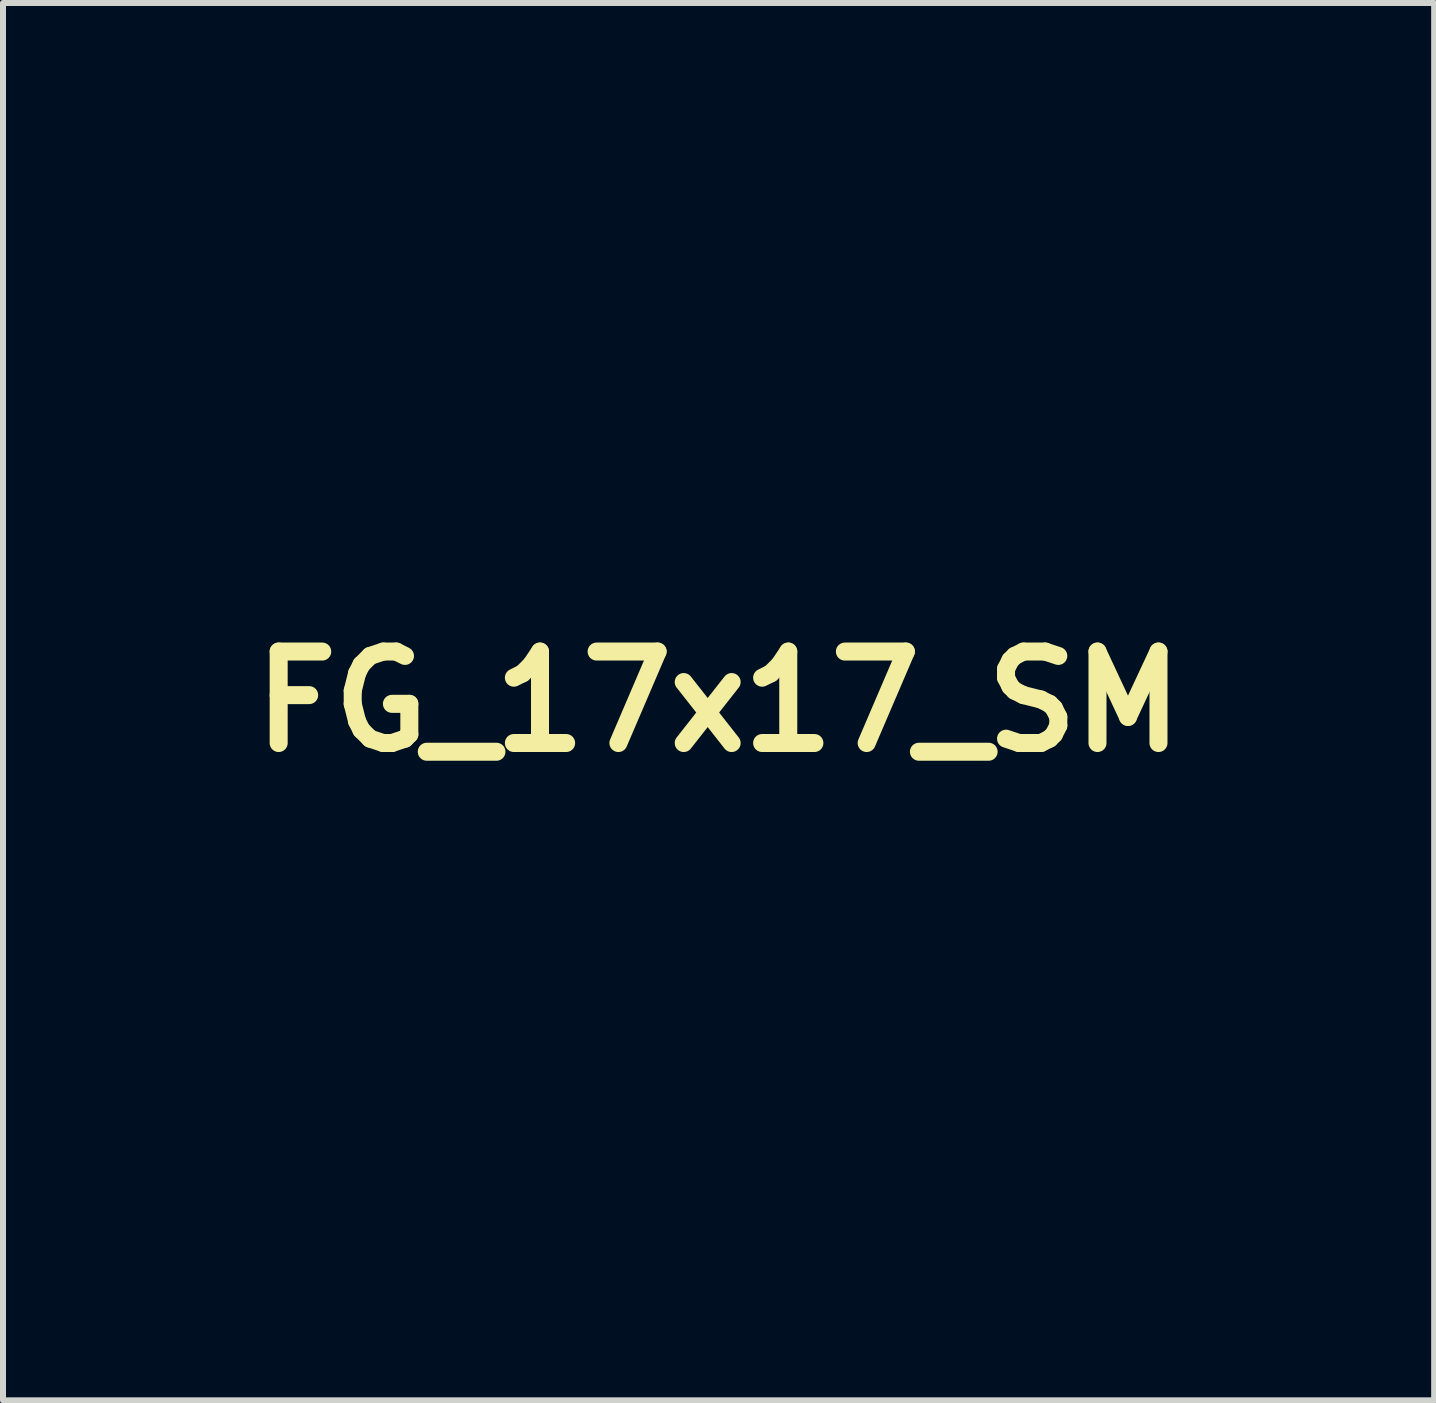
<source format=kicad_pcb>
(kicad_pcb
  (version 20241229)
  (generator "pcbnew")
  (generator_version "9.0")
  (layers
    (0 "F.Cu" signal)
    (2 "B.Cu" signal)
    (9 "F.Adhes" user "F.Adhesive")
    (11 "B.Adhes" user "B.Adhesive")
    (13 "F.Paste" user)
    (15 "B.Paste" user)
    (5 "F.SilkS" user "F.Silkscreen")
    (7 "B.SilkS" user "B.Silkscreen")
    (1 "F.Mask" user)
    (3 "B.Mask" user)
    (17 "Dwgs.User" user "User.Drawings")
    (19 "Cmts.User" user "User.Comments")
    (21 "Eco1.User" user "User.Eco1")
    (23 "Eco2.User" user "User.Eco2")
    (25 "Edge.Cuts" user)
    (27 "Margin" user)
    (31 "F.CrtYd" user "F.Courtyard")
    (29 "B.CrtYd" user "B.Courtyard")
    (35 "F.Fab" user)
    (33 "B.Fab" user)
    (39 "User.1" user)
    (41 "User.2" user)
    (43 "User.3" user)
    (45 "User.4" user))
  (footprint "FG_17x17_SM"
    (layer "F.Cu")
    (at 8.923 8.641)
    (property "Reference" "FG_17x17_SM" (at 0 0 0) (layer "F.SilkS") (effects (font (size 1.524 1.524) (thickness 0.3))))
    (attr through_hole)
    (fp_poly (pts (xy -7.112 -1.834) (xy -7.14 -1.806) (xy -7.168 -1.834) (xy -7.14 -1.863) (xy -7.112 -1.834)) (stroke (width 0.01) (type solid)) (fill yes) (layer "F.Mask"))
    (fp_poly (pts (xy -5.757 -4.544) (xy -5.786 -4.516) (xy -5.814 -4.544) (xy -5.786 -4.572) (xy -5.757 -4.544)) (stroke (width 0.01) (type solid)) (fill yes) (layer "F.Mask"))
    (fp_poly (pts (xy 2.032 7.14) (xy 2.004 7.168) (xy 1.976 7.14) (xy 2.004 7.112) (xy 2.032 7.14)) (stroke (width 0.01) (type solid)) (fill yes) (layer "F.Mask"))
    (fp_poly (pts (xy 6.491 2.173) (xy 6.463 2.201) (xy 6.435 2.173) (xy 6.463 2.145) (xy 6.491 2.173)) (stroke (width 0.01) (type solid)) (fill yes) (layer "F.Mask"))
    (fp_poly (pts (xy -2.442 -2.875) (xy -2.29 -2.84) (xy -2.127 -2.759) (xy -2.111 -2.748) (xy -1.845 -2.562) (xy -1.65 -2.431) (xy -1.505 -2.342) (xy -1.389 -2.282) (xy -1.282 -2.239) (xy -1.259 -2.231) (xy -1.102 -2.151) (xy -0.95 -2.01) (xy -0.809 -1.827) (xy -0.692 -1.657) (xy -0.606 -1.519) (xy -0.569 -1.442) (xy -0.569 -1.439) (xy -0.61 -1.388) (xy -0.725 -1.379) (xy -0.885 -1.407) (xy -1.062 -1.466) (xy -1.227 -1.551) (xy -1.245 -1.563) (xy -1.431 -1.672) (xy -1.617 -1.753) (xy -1.693 -1.775) (xy -1.856 -1.815) (xy -2.07 -1.878) (xy -2.23 -1.93) (xy -2.568 -2.046) (xy -2.984 -1.919) (xy -3.271 -1.806) (xy -3.529 -1.659) (xy -3.741 -1.492) (xy -3.892 -1.32) (xy -3.968 -1.157) (xy -3.952 -1.017) (xy -3.852 -0.921) (xy -3.708 -0.923) (xy -3.516 -1.026) (xy -3.42 -1.099) (xy -3.101 -1.317) (xy -2.787 -1.436) (xy -2.496 -1.468) (xy -2.222 -1.445) (xy -1.951 -1.384) (xy -1.718 -1.295) (xy -1.559 -1.19) (xy -1.547 -1.178) (xy -1.476 -1.092) (xy -1.488 -1.071) (xy -1.58 -1.09) (xy -1.872 -1.159) (xy -2.082 -1.203) (xy -2.237 -1.222) (xy -2.366 -1.219) (xy -2.495 -1.193) (xy -2.652 -1.147) (xy -2.691 -1.135) (xy -2.94 -1.048) (xy -3.13 -0.961) (xy -3.245 -0.884) (xy -3.269 -0.825) (xy -3.264 -0.818) (xy -3.199 -0.819) (xy -3.072 -0.858) (xy -3.03 -0.874) (xy -2.805 -0.931) (xy -2.509 -0.954) (xy -2.18 -0.941) (xy -1.855 -0.893) (xy -1.81 -0.883) (xy -1.6 -0.822) (xy -1.494 -0.764) (xy -1.494 -0.717) (xy -1.6 -0.686) (xy -1.764 -0.677) (xy -1.946 -0.671) (xy -2.05 -0.644) (xy -2.11 -0.584) (xy -2.135 -0.536) (xy -2.21 -0.433) (xy -2.334 -0.401) (xy -2.384 -0.401) (xy -2.551 -0.396) (xy -2.681 -0.377) (xy -2.799 -0.35) (xy -2.848 -0.343) (xy -2.862 -0.309) (xy -2.834 -0.271) (xy -2.77 -0.176) (xy -2.811 -0.124) (xy -2.902 -0.113) (xy -3.096 -0.088) (xy -3.201 -0.017) (xy -3.217 0.041) (xy -3.184 0.1) (xy -3.09 0.091) (xy -2.899 0.046) (xy -2.73 0.019) (xy -2.608 0.013) (xy -2.561 0.029) (xy -2.568 0.042) (xy -2.695 0.119) (xy -2.894 0.189) (xy -3.124 0.242) (xy -3.344 0.267) (xy -3.474 0.262) (xy -3.674 0.256) (xy -3.861 0.281) (xy -3.895 0.291) (xy -4.094 0.323) (xy -4.198 0.296) (xy -4.345 0.271) (xy -4.462 0.315) (xy -4.575 0.371) (xy -4.636 0.393) (xy -4.678 0.348) (xy -4.75 0.228) (xy -4.819 0.094) (xy -4.938 -0.174) (xy -4.994 -0.377) (xy -4.991 -0.541) (xy -4.93 -0.692) (xy -4.914 -0.72) (xy -4.867 -0.774) (xy -2.644 -0.774) (xy -2.63 -0.742) (xy -2.573 -0.682) (xy -2.541 -0.694) (xy -2.54 -0.702) (xy -2.58 -0.75) (xy -2.605 -0.767) (xy -2.644 -0.774) (xy -4.867 -0.774) (xy -4.792 -0.86) (xy -4.656 -0.903) (xy -4.56 -0.914) (xy -4.501 -0.964) (xy -4.464 -1.076) (xy -4.437 -1.277) (xy -4.436 -1.28) (xy -4.369 -1.57) (xy -4.231 -1.831) (xy -4.011 -2.071) (xy -3.699 -2.303) (xy -3.287 -2.536) (xy -3.229 -2.565) (xy -2.972 -2.686) (xy -2.739 -2.785) (xy -2.554 -2.851) (xy -2.443 -2.875) (xy -2.442 -2.875)) (stroke (width 0.01) (type solid)) (fill yes) (layer "F.Mask"))
    (fp_poly (pts (xy 1.809 0.15) (xy 1.906 0.24) (xy 1.909 0.243) (xy 1.989 0.343) (xy 1.991 0.417) (xy 1.949 0.483) (xy 1.882 0.622) (xy 1.864 0.716) (xy 1.912 0.849) (xy 2.027 0.949) (xy 2.168 0.982) (xy 2.197 0.977) (xy 2.275 0.986) (xy 2.327 1.068) (xy 2.357 1.236) (xy 2.369 1.502) (xy 2.37 1.573) (xy 2.371 1.932) (xy 2.066 1.894) (xy 1.848 1.88) (xy 1.735 1.906) (xy 1.721 1.92) (xy 1.701 2.026) (xy 1.709 2.197) (xy 1.739 2.391) (xy 1.784 2.564) (xy 1.838 2.676) (xy 1.843 2.682) (xy 1.937 2.743) (xy 1.989 2.701) (xy 1.999 2.557) (xy 1.991 2.469) (xy 1.96 2.23) (xy 2.114 2.371) (xy 2.243 2.521) (xy 2.342 2.688) (xy 2.343 2.691) (xy 2.408 2.808) (xy 2.504 2.871) (xy 2.67 2.908) (xy 2.676 2.909) (xy 2.865 2.926) (xy 3.029 2.921) (xy 3.07 2.913) (xy 3.307 2.895) (xy 3.506 2.974) (xy 3.681 3.158) (xy 3.725 3.225) (xy 3.817 3.379) (xy 3.878 3.491) (xy 3.895 3.529) (xy 3.845 3.547) (xy 3.723 3.556) (xy 3.697 3.556) (xy 3.549 3.571) (xy 3.506 3.611) (xy 3.571 3.67) (xy 3.627 3.698) (xy 3.725 3.782) (xy 3.769 3.939) (xy 3.771 3.959) (xy 3.813 4.128) (xy 3.891 4.258) (xy 3.898 4.264) (xy 3.98 4.355) (xy 4.008 4.411) (xy 3.967 4.458) (xy 3.85 4.43) (xy 3.664 4.331) (xy 3.556 4.262) (xy 3.37 4.146) (xy 3.216 4.086) (xy 3.058 4.077) (xy 2.861 4.117) (xy 2.65 4.182) (xy 2.423 4.241) (xy 2.133 4.293) (xy 1.829 4.332) (xy 1.723 4.341) (xy 1.432 4.367) (xy 1.22 4.402) (xy 1.056 4.452) (xy 0.907 4.526) (xy 0.903 4.528) (xy 0.554 4.669) (xy 0.167 4.724) (xy -0.215 4.687) (xy -0.224 4.685) (xy -0.382 4.653) (xy -0.511 4.651) (xy -0.654 4.685) (xy -0.852 4.758) (xy -0.873 4.767) (xy -1.072 4.834) (xy -1.298 4.891) (xy -1.526 4.935) (xy -1.73 4.961) (xy -1.886 4.967) (xy -1.967 4.947) (xy -1.974 4.933) (xy -1.946 4.851) (xy -1.891 4.741) (xy -1.823 4.608) (xy -1.824 4.541) (xy -1.899 4.511) (xy -1.933 4.505) (xy -2.032 4.469) (xy -2.035 4.419) (xy -1.954 4.381) (xy -1.877 4.374) (xy -1.722 4.329) (xy -1.697 4.301) (xy -0.141 4.301) (xy 0.31 4.266) (xy 0.572 4.245) (xy 0.832 4.223) (xy 1.036 4.203) (xy 1.044 4.202) (xy 1.239 4.172) (xy 1.469 4.121) (xy 1.709 4.056) (xy 1.937 3.986) (xy 2.127 3.918) (xy 2.255 3.858) (xy 2.297 3.815) (xy 2.297 3.815) (xy 2.235 3.778) (xy 2.093 3.744) (xy 1.943 3.725) (xy 1.442 3.722) (xy 0.952 3.792) (xy 0.499 3.927) (xy 0.114 4.123) (xy 0.066 4.155) (xy -0.141 4.301) (xy -1.697 4.301) (xy -1.624 4.219) (xy -1.528 4.11) (xy -1.398 4.068) (xy -1.313 4.064) (xy -1.138 4.04) (xy -1.034 3.958) (xy -1.026 3.946) (xy -0.943 3.867) (xy -0.877 3.858) (xy -0.786 3.842) (xy -0.702 3.778) (xy -0.588 3.694) (xy -0.499 3.669) (xy -0.41 3.625) (xy -0.393 3.57) (xy -0.356 3.455) (xy -0.271 3.33) (xy -0.172 3.238) (xy -0.115 3.217) (xy -0.054 3.17) (xy 0.017 3.053) (xy 0.033 3.017) (xy 0.133 2.845) (xy 0.253 2.778) (xy 0.41 2.806) (xy 0.434 2.817) (xy 0.562 2.86) (xy 0.611 2.827) (xy 0.592 2.709) (xy 0.58 2.672) (xy 0.503 2.546) (xy 0.357 2.48) (xy 0.335 2.475) (xy 0.18 2.416) (xy 0.07 2.327) (xy 0.066 2.322) (xy -0.026 2.241) (xy -0.123 2.27) (xy -0.227 2.41) (xy -0.279 2.518) (xy -0.367 2.68) (xy -0.441 2.757) (xy -0.49 2.745) (xy -0.501 2.638) (xy -0.495 2.592) (xy -0.486 2.473) (xy -0.525 2.435) (xy -0.612 2.445) (xy -0.751 2.455) (xy -0.831 2.443) (xy -0.926 2.358) (xy -1.01 2.203) (xy -1.063 2.023) (xy -1.072 1.926) (xy -1.061 1.823) (xy -1.008 1.756) (xy -0.887 1.699) (xy -0.793 1.666) (xy -0.54 1.561) (xy -0.35 1.44) (xy -0.243 1.316) (xy -0.226 1.25) (xy -0.257 1.134) (xy -0.317 1.023) (xy -0.39 0.942) (xy -0.482 0.914) (xy -0.636 0.926) (xy -0.656 0.929) (xy -0.903 0.966) (xy -0.903 0.769) (xy -0.871 0.59) (xy -0.778 0.483) (xy -0.651 0.413) (xy -0.543 0.413) (xy -0.425 0.49) (xy -0.292 0.626) (xy -0.148 0.779) (xy -0.025 0.88) (xy 0.115 0.95) (xy 0.31 1.011) (xy 0.429 1.043) (xy 0.774 1.09) (xy 1.068 1.036) (xy 1.31 0.882) (xy 1.502 0.627) (xy 1.6 0.405) (xy 1.665 0.244) (xy 1.72 0.138) (xy 1.746 0.113) (xy 1.809 0.15)) (stroke (width 0.01) (type solid)) (fill yes) (layer "F.Mask"))
    (fp_poly (pts (xy 8.918 8.636) (xy -8.918 8.636) (xy -8.918 2.784) (xy -7.524 2.784) (xy -7.522 2.948) (xy -7.496 3.155) (xy -7.444 3.433) (xy -7.418 3.556) (xy -7.346 3.873) (xy -7.281 4.112) (xy -7.207 4.31) (xy -7.112 4.499) (xy -6.981 4.715) (xy -6.899 4.842) (xy -6.717 5.075) (xy -6.531 5.233) (xy -6.359 5.302) (xy -6.34 5.304) (xy -6.264 5.263) (xy -6.17 5.161) (xy -6.162 5.15) (xy -6.065 5) (xy -6.032 4.889) (xy -6.073 4.8) (xy -6.198 4.714) (xy -6.417 4.613) (xy -6.477 4.587) (xy -6.791 4.437) (xy -6.996 4.298) (xy -7.058 4.23) (xy -7.132 4.067) (xy -7.193 3.809) (xy -7.241 3.478) (xy -7.271 3.091) (xy -7.274 2.949) (xy -7.1 2.949) (xy -7.091 3.2) (xy -7.051 3.547) (xy -6.975 3.814) (xy -6.85 4.03) (xy -6.699 4.193) (xy -6.55 4.304) (xy -6.397 4.338) (xy -6.327 4.335) (xy -6.204 4.319) (xy -6.145 4.279) (xy -6.128 4.18) (xy -6.128 4.054) (xy -6.155 3.873) (xy -6.225 3.628) (xy -6.323 3.353) (xy -6.438 3.082) (xy -6.555 2.849) (xy -6.66 2.688) (xy -6.666 2.681) (xy -6.762 2.541) (xy -6.826 2.408) (xy -6.893 2.286) (xy -6.957 2.265) (xy -7.013 2.332) (xy -7.059 2.477) (xy -7.089 2.686) (xy -7.1 2.949) (xy -7.274 2.949) (xy -7.281 2.695) (xy -7.287 2.489) (xy -7.304 2.335) (xy -7.328 2.261) (xy -7.334 2.258) (xy -7.393 2.28) (xy -7.439 2.361) (xy -7.482 2.522) (xy -7.505 2.635) (xy -7.524 2.784) (xy -8.918 2.784) (xy -8.918 2.082) (xy -6.255 2.082) (xy -6.248 2.252) (xy -6.209 2.46) (xy -6.185 2.542) (xy -6.139 2.736) (xy -6.123 2.913) (xy -6.128 2.973) (xy -6.118 3.161) (xy -6.031 3.423) (xy -6.015 3.459) (xy -5.924 3.687) (xy -5.845 3.922) (xy -5.811 4.052) (xy -5.718 4.365) (xy -5.577 4.721) (xy -5.406 5.082) (xy -5.224 5.404) (xy -5.088 5.602) (xy -4.959 5.76) (xy -4.853 5.876) (xy -4.791 5.926) (xy -4.788 5.927) (xy -4.731 5.881) (xy -4.673 5.783) (xy -4.643 5.681) (xy -4.65 5.561) (xy -4.699 5.388) (xy -4.732 5.294) (xy -4.797 5.103) (xy -4.822 4.986) (xy -4.81 4.911) (xy -4.77 4.855) (xy -4.697 4.718) (xy -4.691 4.573) (xy -4.745 4.456) (xy -4.851 4.403) (xy -4.862 4.403) (xy -4.955 4.446) (xy -5.004 4.575) (xy -5.054 4.703) (xy -5.13 4.729) (xy -5.204 4.665) (xy -5.239 4.536) (xy -5.23 4.385) (xy -5.199 4.302) (xy -5.167 4.161) (xy -5.175 4.07) (xy -5.218 3.984) (xy -5.306 3.97) (xy -5.37 3.981) (xy -5.483 3.995) (xy -5.526 3.948) (xy -5.532 3.848) (xy -5.558 3.706) (xy -5.625 3.516) (xy -5.689 3.378) (xy -5.787 3.163) (xy -5.827 2.982) (xy -5.825 2.807) (xy -5.824 2.626) (xy -5.849 2.491) (xy -5.866 2.46) (xy -5.921 2.36) (xy -5.981 2.201) (xy -6.002 2.137) (xy -6.071 1.968) (xy -6.145 1.895) (xy -6.21 1.921) (xy -6.252 2.05) (xy -6.255 2.082) (xy -8.918 2.082) (xy -8.918 1.297) (xy -7.42 1.297) (xy -7.404 1.333) (xy -7.283 1.454) (xy -7.129 1.533) (xy -6.974 1.562) (xy -6.849 1.537) (xy -6.783 1.452) (xy -6.783 1.448) (xy -6.809 1.32) (xy -6.91 1.193) (xy -7.053 1.1) (xy -7.176 1.072) (xy -7.31 1.108) (xy -7.4 1.194) (xy -7.42 1.297) (xy -8.918 1.297) (xy -8.918 -2.135) (xy -7.502 -2.135) (xy -7.495 -1.967) (xy -7.474 -1.873) (xy -7.459 -1.863) (xy -7.41 -1.911) (xy -7.394 -1.999) (xy -7.375 -2.17) (xy -7.325 -2.285) (xy -7.275 -2.314) (xy -7.247 -2.263) (xy -7.228 -2.134) (xy -7.225 -2.032) (xy -7.219 -1.862) (xy -7.193 -1.778) (xy -7.138 -1.751) (xy -7.114 -1.75) (xy -7.037 -1.717) (xy -6.972 -1.609) (xy -6.914 -1.414) (xy -6.858 -1.119) (xy -6.854 -1.094) (xy -6.806 -0.871) (xy -6.752 -0.759) (xy -6.691 -0.76) (xy -6.627 -0.871) (xy -6.561 -1.093) (xy -6.54 -1.185) (xy -6.487 -1.393) (xy -6.425 -1.581) (xy -6.392 -1.658) (xy -6.315 -1.848) (xy -6.284 -2.006) (xy -6.302 -2.102) (xy -6.313 -2.111) (xy -6.368 -2.093) (xy -6.44 -1.975) (xy -6.525 -1.778) (xy -6.558 -1.712) (xy -6.577 -1.742) (xy -6.591 -1.826) (xy -6.582 -1.968) (xy -6.535 -2.16) (xy -6.489 -2.291) (xy -6.418 -2.52) (xy -6.4 -2.707) (xy -6.435 -2.834) (xy -6.519 -2.879) (xy -6.572 -2.911) (xy -6.556 -2.987) (xy -6.482 -3.072) (xy -6.428 -3.108) (xy -6.279 -3.137) (xy -6.148 -3.077) (xy -6.056 -2.951) (xy -6.023 -2.785) (xy -6.047 -2.657) (xy -6.079 -2.527) (xy -6.048 -2.435) (xy -5.961 -2.343) (xy -5.837 -2.165) (xy -5.814 -2.036) (xy -5.794 -1.897) (xy -5.741 -1.697) (xy -5.668 -1.483) (xy -5.581 -1.22) (xy -5.545 -1.002) (xy -5.547 -0.79) (xy -5.547 -0.542) (xy -5.512 -0.315) (xy -5.496 -0.264) (xy -5.453 -0.108) (xy -5.463 0.013) (xy -5.526 0.159) (xy -5.572 0.262) (xy -5.599 0.37) (xy -5.61 0.508) (xy -5.606 0.704) (xy -5.589 0.984) (xy -5.587 1.016) (xy -5.565 1.284) (xy -5.542 1.516) (xy -5.519 1.686) (xy -5.502 1.763) (xy -5.436 1.842) (xy -5.301 1.951) (xy -5.142 2.057) (xy -4.924 2.208) (xy -4.706 2.39) (xy -4.586 2.509) (xy -4.426 2.667) (xy -4.297 2.746) (xy -4.184 2.766) (xy -4.025 2.818) (xy -3.851 2.967) (xy -3.673 3.199) (xy -3.502 3.501) (xy -3.475 3.558) (xy -3.364 3.835) (xy -3.326 4.028) (xy -3.356 4.132) (xy -3.45 4.147) (xy -3.606 4.067) (xy -3.818 3.892) (xy -3.857 3.855) (xy -4.058 3.673) (xy -4.265 3.51) (xy -4.459 3.376) (xy -4.62 3.286) (xy -4.729 3.251) (xy -4.763 3.264) (xy -4.758 3.339) (xy -4.713 3.494) (xy -4.638 3.705) (xy -4.539 3.949) (xy -4.427 4.203) (xy -4.371 4.319) (xy -4.295 4.487) (xy -4.245 4.619) (xy -4.233 4.669) (xy -4.195 4.75) (xy -4.102 4.858) (xy -4.089 4.871) (xy -4.004 4.959) (xy -3.972 5.042) (xy -3.986 5.163) (xy -4.011 5.268) (xy -4.058 5.421) (xy -4.103 5.516) (xy -4.121 5.532) (xy -4.18 5.481) (xy -4.221 5.354) (xy -4.233 5.22) (xy -4.256 5.1) (xy -4.31 5.044) (xy -4.371 5.075) (xy -4.375 5.081) (xy -4.398 5.164) (xy -4.425 5.326) (xy -4.45 5.535) (xy -4.453 5.568) (xy -4.471 5.786) (xy -4.473 5.917) (xy -4.452 5.989) (xy -4.406 6.027) (xy -4.378 6.039) (xy -4.251 6.115) (xy -4.154 6.202) (xy -3.991 6.309) (xy -3.801 6.317) (xy -3.606 6.23) (xy -3.505 6.14) (xy -3.377 6.026) (xy -3.302 6.004) (xy -3.291 6.07) (xy -3.352 6.219) (xy -3.354 6.223) (xy -3.43 6.475) (xy -3.434 6.66) (xy -3.416 6.817) (xy -3.38 6.89) (xy -3.307 6.909) (xy -3.274 6.909) (xy -3.121 6.887) (xy -3.034 6.861) (xy -2.968 6.849) (xy -2.94 6.907) (xy -2.935 7.021) (xy -2.923 7.16) (xy -2.876 7.218) (xy -2.824 7.225) (xy -2.706 7.264) (xy -2.6 7.347) (xy -2.517 7.425) (xy -2.474 7.421) (xy -2.451 7.375) (xy -2.374 7.3) (xy -2.262 7.285) (xy -2.174 7.336) (xy -2.173 7.338) (xy -2.086 7.39) (xy -1.974 7.378) (xy -1.898 7.308) (xy -1.865 7.258) (xy -1.801 7.256) (xy -1.671 7.303) (xy -1.653 7.311) (xy -1.531 7.36) (xy -1.453 7.368) (xy -1.387 7.318) (xy -1.301 7.197) (xy -1.258 7.131) (xy -1.203 7.063) (xy -1.152 7.077) (xy -1.089 7.148) (xy -0.99 7.284) (xy -0.891 7.446) (xy -0.888 7.451) (xy -0.809 7.571) (xy -0.726 7.611) (xy -0.606 7.597) (xy -0.446 7.534) (xy -0.328 7.436) (xy -0.233 7.311) (xy -0.089 7.446) (xy 0.016 7.531) (xy 0.111 7.553) (xy 0.252 7.523) (xy 0.274 7.516) (xy 0.457 7.473) (xy 0.624 7.451) (xy 0.644 7.451) (xy 0.805 7.424) (xy 0.963 7.364) (xy 1.139 7.31) (xy 1.228 7.328) (xy 1.353 7.374) (xy 1.51 7.413) (xy 1.649 7.418) (xy 1.693 7.366) (xy 1.641 7.263) (xy 1.552 7.168) (xy 1.457 7.066) (xy 1.412 6.994) (xy 1.411 6.989) (xy 1.447 6.942) (xy 1.537 6.964) (xy 1.653 7.045) (xy 1.698 7.089) (xy 1.823 7.191) (xy 1.958 7.212) (xy 2.015 7.206) (xy 2.203 7.205) (xy 2.373 7.243) (xy 2.502 7.28) (xy 2.579 7.257) (xy 2.629 7.2) (xy 2.728 7.108) (xy 2.8 7.077) (xy 2.901 7.023) (xy 2.972 6.947) (xy 3.085 6.856) (xy 3.184 6.83) (xy 3.324 6.789) (xy 3.403 6.731) (xy 3.458 6.652) (xy 3.445 6.578) (xy 3.384 6.491) (xy 3.301 6.315) (xy 3.274 6.109) (xy 3.305 5.916) (xy 3.383 5.789) (xy 3.494 5.724) (xy 3.567 5.738) (xy 3.577 5.82) (xy 3.556 5.87) (xy 3.51 6.065) (xy 3.55 6.278) (xy 3.663 6.471) (xy 3.78 6.575) (xy 3.867 6.618) (xy 4.006 6.678) (xy 4.15 6.734) (xy 4.253 6.769) (xy 4.27 6.772) (xy 4.287 6.726) (xy 4.311 6.64) (xy 4.37 6.537) (xy 4.5 6.482) (xy 4.549 6.473) (xy 4.757 6.397) (xy 4.877 6.251) (xy 4.909 6.079) (xy 4.939 5.95) (xy 5.045 5.875) (xy 5.072 5.865) (xy 5.178 5.813) (xy 5.218 5.734) (xy 5.215 5.599) (xy 5.192 5.422) (xy 5.162 5.272) (xy 5.16 5.263) (xy 5.152 5.164) (xy 5.215 5.136) (xy 5.318 5.099) (xy 5.425 5.017) (xy 5.496 4.927) (xy 5.522 4.821) (xy 5.512 4.655) (xy 5.507 4.614) (xy 5.452 4.359) (xy 5.364 4.131) (xy 5.257 3.959) (xy 5.146 3.869) (xy 5.142 3.868) (xy 5.053 3.81) (xy 4.921 3.688) (xy 4.774 3.531) (xy 4.769 3.524) (xy 4.625 3.345) (xy 4.551 3.219) (xy 4.55 3.215) (xy 5.07 3.215) (xy 5.115 3.324) (xy 5.212 3.383) (xy 5.332 3.371) (xy 5.417 3.304) (xy 5.441 3.219) (xy 5.458 3.05) (xy 5.466 2.827) (xy 5.467 2.578) (xy 5.461 2.33) (xy 5.448 2.113) (xy 5.428 1.954) (xy 5.404 1.885) (xy 5.336 1.868) (xy 5.28 1.959) (xy 5.238 2.155) (xy 5.21 2.453) (xy 5.209 2.464) (xy 5.188 2.704) (xy 5.157 2.911) (xy 5.121 3.051) (xy 5.108 3.079) (xy 5.07 3.215) (xy 4.55 3.215) (xy 4.532 3.12) (xy 4.539 3.075) (xy 4.609 2.959) (xy 4.686 2.935) (xy 4.743 2.925) (xy 4.777 2.878) (xy 4.793 2.772) (xy 4.798 2.583) (xy 4.798 2.514) (xy 4.823 2.137) (xy 4.905 1.822) (xy 4.914 1.797) (xy 4.982 1.582) (xy 5.025 1.367) (xy 5.032 1.273) (xy 5.049 1.13) (xy 5.097 0.911) (xy 5.16 0.667) (xy 5.929 0.667) (xy 5.94 0.85) (xy 5.972 0.991) (xy 6.03 1.124) (xy 6.034 1.131) (xy 6.109 1.316) (xy 6.15 1.497) (xy 6.152 1.541) (xy 6.18 1.711) (xy 6.248 1.899) (xy 6.265 1.934) (xy 6.353 2.127) (xy 6.364 2.274) (xy 6.293 2.414) (xy 6.177 2.543) (xy 6.041 2.722) (xy 6.009 2.888) (xy 6.082 3.062) (xy 6.184 3.187) (xy 6.316 3.3) (xy 6.432 3.316) (xy 6.559 3.232) (xy 6.616 3.175) (xy 6.834 2.874) (xy 7.019 2.486) (xy 7.165 2.033) (xy 7.27 1.537) (xy 7.329 1.018) (xy 7.34 0.499) (xy 7.297 0.002) (xy 7.219 -0.38) (xy 7.14 -0.636) (xy 7.051 -0.873) (xy 6.962 -1.068) (xy 6.883 -1.199) (xy 6.828 -1.242) (xy 6.742 -1.192) (xy 6.656 -1.064) (xy 6.59 -0.892) (xy 6.572 -0.81) (xy 6.562 -0.638) (xy 6.597 -0.461) (xy 6.68 -0.247) (xy 6.771 -0.02) (xy 6.831 0.192) (xy 6.867 0.424) (xy 6.886 0.71) (xy 6.892 0.944) (xy 6.884 1.271) (xy 6.851 1.538) (xy 6.798 1.732) (xy 6.728 1.837) (xy 6.671 1.85) (xy 6.616 1.825) (xy 6.592 1.763) (xy 6.6 1.648) (xy 6.641 1.458) (xy 6.695 1.249) (xy 6.792 0.89) (xy 6.637 0.412) (xy 6.542 0.157) (xy 6.437 -0.067) (xy 6.339 -0.224) (xy 6.325 -0.241) (xy 6.169 -0.416) (xy 6.062 -0.253) (xy 6.001 -0.122) (xy 5.961 0.064) (xy 5.939 0.33) (xy 5.935 0.407) (xy 5.929 0.667) (xy 5.16 0.667) (xy 5.166 0.645) (xy 5.252 0.362) (xy 5.34 0.077) (xy 5.418 -0.19) (xy 5.477 -0.411) (xy 5.508 -0.553) (xy 5.522 -0.688) (xy 5.503 -0.792) (xy 5.435 -0.904) (xy 5.307 -1.056) (xy 5.164 -1.229) (xy 5.042 -1.397) (xy 4.982 -1.494) (xy 4.921 -1.612) (xy 5.532 -1.612) (xy 5.55 -1.433) (xy 5.598 -1.241) (xy 5.664 -1.067) (xy 5.735 -0.944) (xy 5.794 -0.903) (xy 5.867 -0.95) (xy 5.944 -1.067) (xy 5.956 -1.095) (xy 6.085 -1.325) (xy 6.235 -1.446) (xy 6.343 -1.468) (xy 6.493 -1.5) (xy 6.569 -1.54) (xy 6.633 -1.607) (xy 6.629 -1.693) (xy 6.597 -1.771) (xy 6.528 -1.881) (xy 6.435 -1.906) (xy 6.367 -1.896) (xy 6.187 -1.858) (xy 6.039 -1.828) (xy 5.876 -1.825) (xy 5.785 -1.863) (xy 5.681 -1.897) (xy 5.593 -1.838) (xy 5.539 -1.703) (xy 5.532 -1.612) (xy 4.921 -1.612) (xy 4.895 -1.663) (xy 4.804 -1.524) (xy 4.541 -1.17) (xy 4.257 -0.869) (xy 3.974 -0.643) (xy 3.847 -0.569) (xy 3.451 -0.411) (xy 3.045 -0.326) (xy 2.657 -0.316) (xy 2.31 -0.383) (xy 2.173 -0.439) (xy 2.062 -0.514) (xy 1.897 -0.648) (xy 1.704 -0.82) (xy 1.565 -0.951) (xy 1.159 -1.402) (xy 0.857 -1.87) (xy 0.655 -2.348) (xy 0.561 -2.636) (xy -0.129 -2.952) (xy -0.693 -3.196) (xy -1.284 -3.422) (xy -1.925 -3.637) (xy -2.639 -3.85) (xy -3.217 -4.008) (xy -3.61 -4.114) (xy -4.025 -4.23) (xy -4.428 -4.346) (xy -4.782 -4.452) (xy -4.975 -4.512) (xy -5.243 -4.597) (xy -5.474 -4.668) (xy -5.645 -4.718) (xy -5.735 -4.741) (xy -5.742 -4.741) (xy -5.805 -4.699) (xy -5.899 -4.593) (xy -5.938 -4.542) (xy -6.029 -4.42) (xy -6.089 -4.379) (xy -6.154 -4.405) (xy -6.211 -4.449) (xy -6.342 -4.555) (xy -6.222 -4.684) (xy -6.135 -4.825) (xy -6.135 -4.989) (xy -6.178 -5.153) (xy -6.217 -5.19) (xy -5.479 -5.19) (xy -5.234 -5.086) (xy -4.967 -4.984) (xy -4.593 -4.863) (xy -4.118 -4.722) (xy -3.546 -4.565) (xy -3.246 -4.486) (xy -2.537 -4.296) (xy -1.924 -4.121) (xy -1.392 -3.954) (xy -0.925 -3.792) (xy -0.508 -3.628) (xy -0.126 -3.459) (xy -0.105 -3.449) (xy 0.117 -3.348) (xy 0.308 -3.269) (xy 0.441 -3.224) (xy 0.478 -3.217) (xy 0.664 -3.269) (xy 0.861 -3.416) (xy 0.948 -3.509) (xy 1.076 -3.637) (xy 1.227 -3.731) (xy 1.42 -3.797) (xy 1.675 -3.839) (xy 2.012 -3.863) (xy 2.23 -3.871) (xy 2.784 -3.863) (xy 3.315 -3.81) (xy 3.808 -3.716) (xy 4.244 -3.586) (xy 4.606 -3.424) (xy 4.877 -3.235) (xy 4.911 -3.203) (xy 5.097 -3.082) (xy 5.263 -3.054) (xy 5.402 -3.057) (xy 5.461 -3.097) (xy 5.475 -3.206) (xy 5.475 -3.253) (xy 5.444 -3.441) (xy 5.368 -3.631) (xy 5.356 -3.651) (xy 5.278 -3.791) (xy 5.275 -3.868) (xy 5.358 -3.909) (xy 5.453 -3.929) (xy 5.574 -3.955) (xy 5.632 -3.976) (xy 5.615 -4.029) (xy 5.55 -4.141) (xy 5.514 -4.195) (xy 5.414 -4.387) (xy 5.346 -4.598) (xy 5.341 -4.629) (xy 5.279 -4.823) (xy 5.147 -5.022) (xy 5.05 -5.133) (xy 4.892 -5.322) (xy 4.828 -5.453) (xy 4.831 -5.497) (xy 4.84 -5.585) (xy 4.787 -5.674) (xy 4.66 -5.773) (xy 4.449 -5.891) (xy 4.206 -6.009) (xy 3.971 -6.126) (xy 3.674 -6.285) (xy 3.346 -6.468) (xy 3.02 -6.657) (xy 2.906 -6.725) (xy 2.576 -6.922) (xy 2.217 -7.13) (xy 1.868 -7.327) (xy 1.567 -7.493) (xy 1.496 -7.531) (xy 1.237 -7.676) (xy 0.998 -7.824) (xy 0.911 -7.885) (xy 1.492 -7.885) (xy 1.504 -7.816) (xy 1.545 -7.756) (xy 1.567 -7.778) (xy 1.624 -7.818) (xy 1.65 -7.809) (xy 1.684 -7.807) (xy 1.67 -7.838) (xy 1.597 -7.876) (xy 1.567 -7.866) (xy 1.53 -7.868) (xy 1.546 -7.935) (xy 1.563 -8.005) (xy 1.525 -7.982) (xy 1.492 -7.885) (xy 0.911 -7.885) (xy 0.845 -7.93) (xy 1.298 -7.93) (xy 1.326 -7.902) (xy 1.355 -7.93) (xy 1.326 -7.959) (xy 1.298 -7.93) (xy 0.845 -7.93) (xy 0.808 -7.956) (xy 0.698 -8.05) (xy 0.546 -8.184) (xy 0.389 -8.242) (xy 0.303 -8.25) (xy 0.025 -8.25) (xy -0.162 -8.223) (xy -0.273 -8.169) (xy -0.317 -8.108) (xy -0.265 -8.045) (xy -0.253 -8.036) (xy -0.192 -7.956) (xy -0.195 -7.906) (xy -0.186 -7.854) (xy -0.15 -7.846) (xy -0.08 -7.804) (xy 0.008 -7.705) (xy 0.087 -7.585) (xy 0.135 -7.48) (xy 0.132 -7.432) (xy 0.067 -7.432) (xy -0.067 -7.464) (xy -0.153 -7.492) (xy -0.343 -7.578) (xy -0.448 -7.688) (xy -0.47 -7.736) (xy -0.532 -7.84) (xy -0.634 -7.899) (xy -0.794 -7.917) (xy -1.031 -7.897) (xy -1.247 -7.863) (xy -1.514 -7.823) (xy -1.794 -7.794) (xy -2.004 -7.781) (xy -2.217 -7.764) (xy -2.423 -7.713) (xy -2.663 -7.619) (xy -2.798 -7.556) (xy -3.05 -7.447) (xy -3.275 -7.371) (xy -3.44 -7.338) (xy -3.455 -7.338) (xy -3.615 -7.313) (xy -3.725 -7.253) (xy -3.728 -7.249) (xy -3.833 -7.158) (xy -3.952 -7.083) (xy -4.053 -7.001) (xy -4.189 -6.851) (xy -4.334 -6.662) (xy -4.376 -6.602) (xy -4.516 -6.406) (xy -4.649 -6.24) (xy -4.751 -6.133) (xy -4.773 -6.117) (xy -4.86 -6.034) (xy -4.987 -5.885) (xy -5.131 -5.694) (xy -5.188 -5.613) (xy -5.479 -5.19) (xy -6.217 -5.19) (xy -6.236 -5.209) (xy -6.323 -5.161) (xy -6.4 -5.077) (xy -6.515 -4.892) (xy -6.542 -4.693) (xy -6.542 -4.692) (xy -6.561 -4.5) (xy -6.621 -4.323) (xy -6.623 -4.32) (xy -6.672 -4.176) (xy -6.628 -4.094) (xy -6.485 -4.065) (xy -6.477 -4.065) (xy -6.39 -4.039) (xy -6.395 -3.985) (xy -6.488 -3.936) (xy -6.492 -3.934) (xy -6.59 -3.864) (xy -6.666 -3.734) (xy -6.667 -3.73) (xy -6.736 -3.607) (xy -6.817 -3.555) (xy -6.884 -3.588) (xy -6.897 -3.617) (xy -6.956 -3.636) (xy -7.086 -3.582) (xy -7.099 -3.575) (xy -7.264 -3.427) (xy -7.369 -3.217) (xy -7.412 -3.053) (xy -7.449 -2.837) (xy -7.477 -2.595) (xy -7.495 -2.353) (xy -7.502 -2.135) (xy -8.918 -2.135) (xy -8.918 -8.299) (xy 1.016 -8.299) (xy 1.057 -8.268) (xy 1.098 -8.276) (xy 1.158 -8.272) (xy 1.158 -8.188) (xy 1.16 -8.107) (xy 1.189 -8.102) (xy 1.213 -8.156) (xy 1.355 -8.156) (xy 1.383 -8.128) (xy 1.411 -8.156) (xy 1.383 -8.184) (xy 1.355 -8.156) (xy 1.213 -8.156) (xy 1.219 -8.17) (xy 1.211 -8.188) (xy 1.223 -8.236) (xy 1.253 -8.242) (xy 1.29 -8.257) (xy 1.242 -8.297) (xy 1.123 -8.347) (xy 1.037 -8.339) (xy 1.016 -8.299) (xy -8.918 -8.299) (xy -8.918 -8.636) (xy 8.918 -8.636) (xy 8.918 8.636)) (stroke (width 0.01) (type solid)) (fill yes) (layer "F.Mask")))
  (gr_rect
    (start -3 -3)
    (end 20.846 20.282)
    (stroke (width 0.1) (type default))
    (fill no)
    (layer "Edge.Cuts")))
</source>
